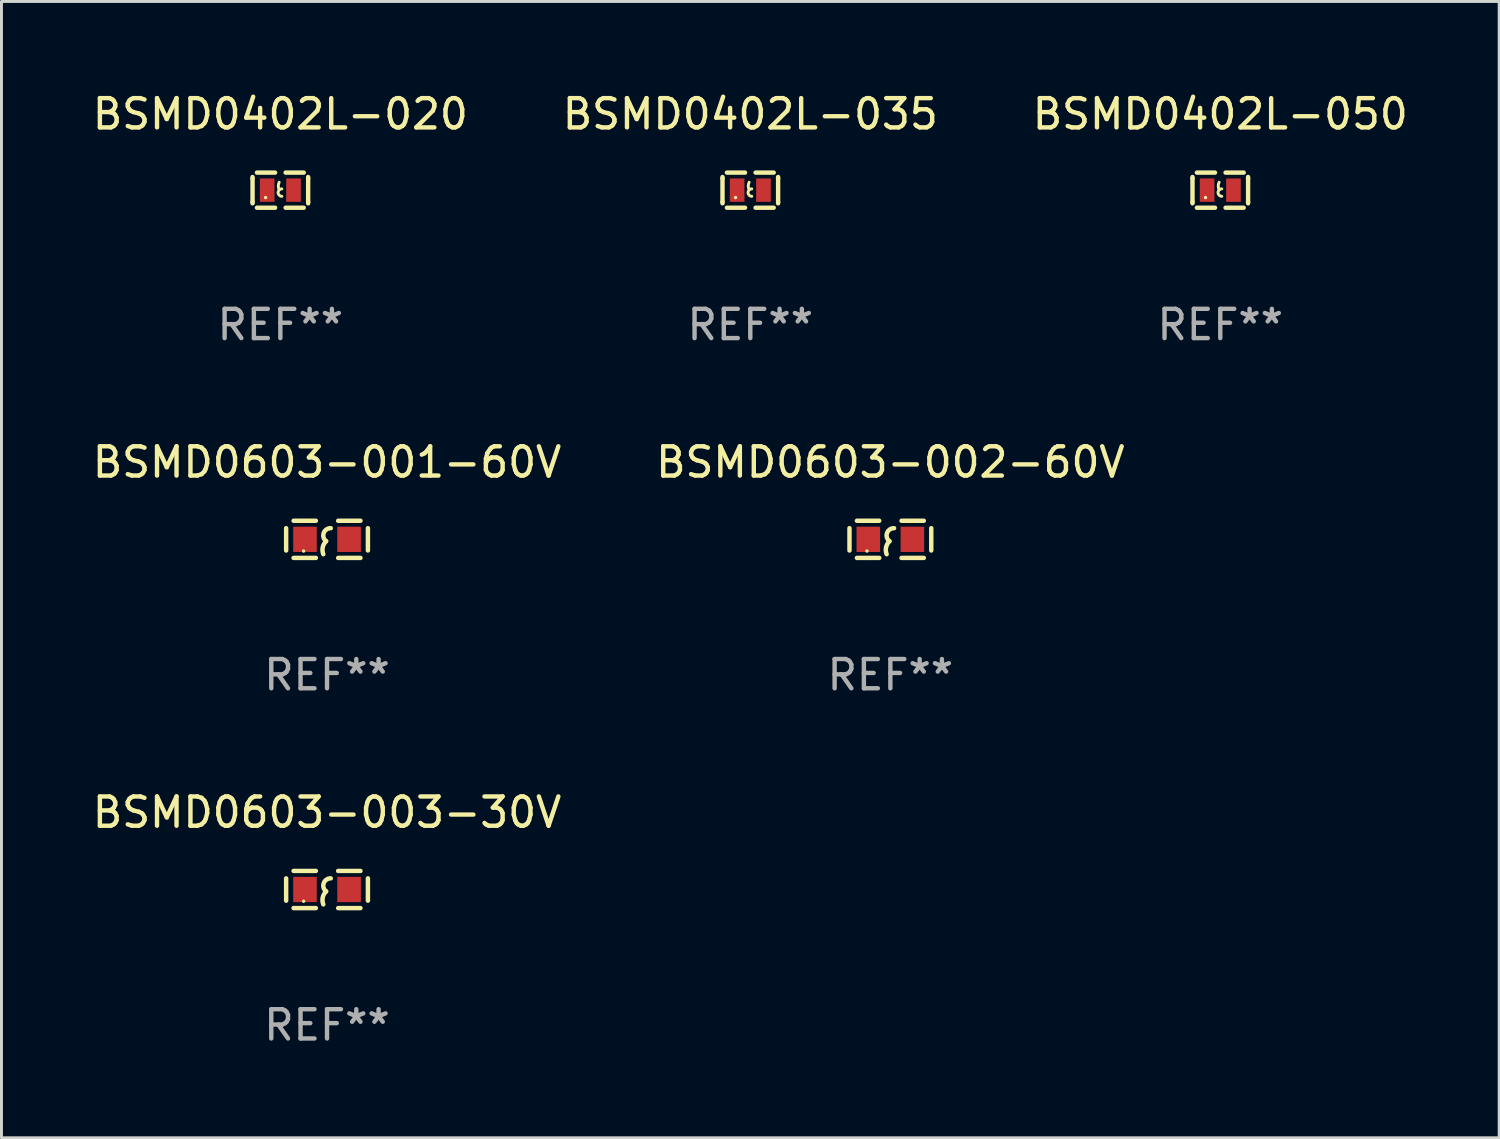
<source format=kicad_pcb>
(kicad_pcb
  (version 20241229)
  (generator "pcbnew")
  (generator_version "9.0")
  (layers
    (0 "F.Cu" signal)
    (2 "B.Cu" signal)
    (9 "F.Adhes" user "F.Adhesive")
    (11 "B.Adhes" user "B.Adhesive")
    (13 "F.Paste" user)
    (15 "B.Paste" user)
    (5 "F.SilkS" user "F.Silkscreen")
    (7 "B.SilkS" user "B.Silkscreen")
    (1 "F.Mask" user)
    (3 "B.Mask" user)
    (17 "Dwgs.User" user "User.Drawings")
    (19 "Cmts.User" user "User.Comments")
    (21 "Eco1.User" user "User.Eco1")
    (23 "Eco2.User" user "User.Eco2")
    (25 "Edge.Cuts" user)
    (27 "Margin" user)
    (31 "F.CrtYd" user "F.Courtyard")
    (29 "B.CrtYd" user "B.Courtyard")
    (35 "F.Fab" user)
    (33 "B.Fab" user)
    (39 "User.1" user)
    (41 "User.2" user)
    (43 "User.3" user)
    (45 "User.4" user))
  (footprint "BSMD0402L-050"
    (layer "F.Cu")
    (at 38.649 3.448)
    (property "Reference" "BSMD0402L-050" (at 0 -2.6 0) (layer "F.SilkS") (effects (font (size 1 1) (thickness 0.15))))
    (attr through_hole)
    (fp_line (start -0.95 -0.45) (end -0.95 -0.4) (stroke (width 0.15) (type solid)) (layer "F.SilkS"))
    (fp_line (start -0.95 -0.4) (end -0.95 0.4) (stroke (width 0.15) (type solid)) (layer "F.SilkS"))
    (fp_line (start -0.95 0.45) (end -0.95 0.4) (stroke (width 0.15) (type solid)) (layer "F.SilkS"))
    (fp_line (start -0.18 -0.6) (end -0.8 -0.6) (stroke (width 0.15) (type solid)) (layer "F.SilkS"))
    (fp_line (start -0.18 0.6) (end -0.8 0.6) (stroke (width 0.15) (type solid)) (layer "F.SilkS"))
    (fp_line (start 0.18 -0.6) (end 0.8 -0.6) (stroke (width 0.15) (type solid)) (layer "F.SilkS"))
    (fp_line (start 0.18 0.6) (end 0.8 0.6) (stroke (width 0.15) (type solid)) (layer "F.SilkS"))
    (fp_line (start 0.95 -0.45) (end 0.95 -0.4) (stroke (width 0.15) (type solid)) (layer "F.SilkS"))
    (fp_line (start 0.95 -0.4) (end 0.95 0.4) (stroke (width 0.15) (type solid)) (layer "F.SilkS"))
    (fp_line (start 0.95 0.45) (end 0.95 0.4) (stroke (width 0.15) (type solid)) (layer "F.SilkS"))
    (fp_arc (start -0.039942 -0.016052) (mid -0.069923 -0.143053) (end -0.039942 -0.270053) (stroke (width 0.1) (type solid)) (layer "F.SilkS"))
    (fp_arc (start 0.050076 0.209957) (mid -0.076924 0.082957) (end 0.050076 -0.044043) (stroke (width 0.1) (type solid)) (layer "F.SilkS"))
    (fp_circle (center -0.505 0.253) (end -0.475 0.253) (stroke (width 0.06) (type solid)) (fill no) (layer "F.SilkS"))
    (fp_text user "REF**" (at 0 4.6 0) (layer "F.Fab") (effects (font (size 1 1) (thickness 0.15))))
    (pad "1" smd rect (at -0.45 -0.000051) (size 0.5 0.8) (layers "F.Cu" "F.Mask" "F.Paste"))
    (pad "2" smd rect (at 0.45 -0.000051) (size 0.5 0.8) (layers "F.Cu" "F.Mask" "F.Paste")))
  (footprint "BSMD0603-001-60V"
    (layer "F.Cu")
    (at 8.125 15.38)
    (property "Reference" "BSMD0603-001-60V" (at 0 -2.635 0) (layer "F.SilkS") (effects (font (size 1 1) (thickness 0.15))))
    (attr through_hole)
    (fp_line (start -1.397 -0.381) (end -1.397 0.381) (stroke (width 0.152) (type solid)) (layer "F.SilkS"))
    (fp_line (start -0.381 -0.635) (end -1.143 -0.635) (stroke (width 0.152) (type solid)) (layer "F.SilkS"))
    (fp_line (start -0.381 0.635) (end -1.143 0.635) (stroke (width 0.152) (type solid)) (layer "F.SilkS"))
    (fp_line (start 0.381 -0.635) (end 1.143 -0.635) (stroke (width 0.152) (type solid)) (layer "F.SilkS"))
    (fp_line (start 0.381 0.635) (end 1.143 0.635) (stroke (width 0.152) (type solid)) (layer "F.SilkS"))
    (fp_line (start 1.397 -0.381) (end 1.397 0.381) (stroke (width 0.152) (type solid)) (layer "F.SilkS"))
    (fp_arc (start -0.127 0.508001) (mid -0.146523 0.271131) (end -0.030861 0.0635) (stroke (width 0.151994) (type solid)) (layer "F.SilkS"))
    (fp_arc (start -0.03175 0.0635) (mid -0.113571 -0.216321) (end 0.127001 -0.381002) (stroke (width 0.151994) (type solid)) (layer "F.SilkS"))
    (fp_circle (center -0.8 0.4) (end -0.77 0.4) (stroke (width 0.06) (type solid)) (fill no) (layer "F.SilkS"))
    (fp_text user "REF**" (at 0 4.635 0) (layer "F.Fab") (effects (font (size 1 1) (thickness 0.15))))
    (pad "1" smd rect (at -0.753 0) (size 0.806 0.864) (layers "F.Cu" "F.Mask" "F.Paste"))
    (pad "2" smd rect (at 0.753 0) (size 0.806 0.864) (layers "F.Cu" "F.Mask" "F.Paste")))
  (footprint "BSMD0402L-035"
    (layer "F.Cu")
    (at 22.589 3.448)
    (property "Reference" "BSMD0402L-035" (at 0 -2.6 0) (layer "F.SilkS") (effects (font (size 1 1) (thickness 0.15))))
    (attr through_hole)
    (fp_line (start -0.95 -0.45) (end -0.95 -0.4) (stroke (width 0.15) (type solid)) (layer "F.SilkS"))
    (fp_line (start -0.95 -0.4) (end -0.95 0.4) (stroke (width 0.15) (type solid)) (layer "F.SilkS"))
    (fp_line (start -0.95 0.45) (end -0.95 0.4) (stroke (width 0.15) (type solid)) (layer "F.SilkS"))
    (fp_line (start -0.18 -0.6) (end -0.8 -0.6) (stroke (width 0.15) (type solid)) (layer "F.SilkS"))
    (fp_line (start -0.18 0.6) (end -0.8 0.6) (stroke (width 0.15) (type solid)) (layer "F.SilkS"))
    (fp_line (start 0.18 -0.6) (end 0.8 -0.6) (stroke (width 0.15) (type solid)) (layer "F.SilkS"))
    (fp_line (start 0.18 0.6) (end 0.8 0.6) (stroke (width 0.15) (type solid)) (layer "F.SilkS"))
    (fp_line (start 0.95 -0.45) (end 0.95 -0.4) (stroke (width 0.15) (type solid)) (layer "F.SilkS"))
    (fp_line (start 0.95 -0.4) (end 0.95 0.4) (stroke (width 0.15) (type solid)) (layer "F.SilkS"))
    (fp_line (start 0.95 0.45) (end 0.95 0.4) (stroke (width 0.15) (type solid)) (layer "F.SilkS"))
    (fp_arc (start -0.039942 -0.016052) (mid -0.069923 -0.143053) (end -0.039942 -0.270053) (stroke (width 0.1) (type solid)) (layer "F.SilkS"))
    (fp_arc (start 0.050076 0.209957) (mid -0.076924 0.082957) (end 0.050076 -0.044043) (stroke (width 0.1) (type solid)) (layer "F.SilkS"))
    (fp_circle (center -0.505 0.253) (end -0.475 0.253) (stroke (width 0.06) (type solid)) (fill no) (layer "F.SilkS"))
    (fp_text user "REF**" (at 0 4.6 0) (layer "F.Fab") (effects (font (size 1 1) (thickness 0.15))))
    (pad "1" smd rect (at -0.45 -0.000051) (size 0.5 0.8) (layers "F.Cu" "F.Mask" "F.Paste"))
    (pad "2" smd rect (at 0.45 -0.000051) (size 0.5 0.8) (layers "F.Cu" "F.Mask" "F.Paste")))
  (footprint "BSMD0402L-020"
    (layer "F.Cu")
    (at 6.53 3.448)
    (property "Reference" "BSMD0402L-020" (at 0 -2.6 0) (layer "F.SilkS") (effects (font (size 1 1) (thickness 0.15))))
    (attr through_hole)
    (fp_line (start -0.95 -0.45) (end -0.95 -0.4) (stroke (width 0.15) (type solid)) (layer "F.SilkS"))
    (fp_line (start -0.95 -0.4) (end -0.95 0.4) (stroke (width 0.15) (type solid)) (layer "F.SilkS"))
    (fp_line (start -0.95 0.45) (end -0.95 0.4) (stroke (width 0.15) (type solid)) (layer "F.SilkS"))
    (fp_line (start -0.18 -0.6) (end -0.8 -0.6) (stroke (width 0.15) (type solid)) (layer "F.SilkS"))
    (fp_line (start -0.18 0.6) (end -0.8 0.6) (stroke (width 0.15) (type solid)) (layer "F.SilkS"))
    (fp_line (start 0.18 -0.6) (end 0.8 -0.6) (stroke (width 0.15) (type solid)) (layer "F.SilkS"))
    (fp_line (start 0.18 0.6) (end 0.8 0.6) (stroke (width 0.15) (type solid)) (layer "F.SilkS"))
    (fp_line (start 0.95 -0.45) (end 0.95 -0.4) (stroke (width 0.15) (type solid)) (layer "F.SilkS"))
    (fp_line (start 0.95 -0.4) (end 0.95 0.4) (stroke (width 0.15) (type solid)) (layer "F.SilkS"))
    (fp_line (start 0.95 0.45) (end 0.95 0.4) (stroke (width 0.15) (type solid)) (layer "F.SilkS"))
    (fp_arc (start -0.039942 -0.016052) (mid -0.069923 -0.143053) (end -0.039942 -0.270053) (stroke (width 0.1) (type solid)) (layer "F.SilkS"))
    (fp_arc (start 0.050076 0.209957) (mid -0.076924 0.082957) (end 0.050076 -0.044043) (stroke (width 0.1) (type solid)) (layer "F.SilkS"))
    (fp_circle (center -0.505 0.253) (end -0.475 0.253) (stroke (width 0.06) (type solid)) (fill no) (layer "F.SilkS"))
    (fp_text user "REF**" (at 0 4.6 0) (layer "F.Fab") (effects (font (size 1 1) (thickness 0.15))))
    (pad "1" smd rect (at -0.45 -0.000051) (size 0.5 0.8) (layers "F.Cu" "F.Mask" "F.Paste"))
    (pad "2" smd rect (at 0.45 -0.000051) (size 0.5 0.8) (layers "F.Cu" "F.Mask" "F.Paste")))
  (footprint "BSMD0603-002-60V"
    (layer "F.Cu")
    (at 27.375 15.38)
    (property "Reference" "BSMD0603-002-60V" (at 0 -2.635 0) (layer "F.SilkS") (effects (font (size 1 1) (thickness 0.15))))
    (attr through_hole)
    (fp_line (start -1.397 -0.381) (end -1.397 0.381) (stroke (width 0.152) (type solid)) (layer "F.SilkS"))
    (fp_line (start -0.381 -0.635) (end -1.143 -0.635) (stroke (width 0.152) (type solid)) (layer "F.SilkS"))
    (fp_line (start -0.381 0.635) (end -1.143 0.635) (stroke (width 0.152) (type solid)) (layer "F.SilkS"))
    (fp_line (start 0.381 -0.635) (end 1.143 -0.635) (stroke (width 0.152) (type solid)) (layer "F.SilkS"))
    (fp_line (start 0.381 0.635) (end 1.143 0.635) (stroke (width 0.152) (type solid)) (layer "F.SilkS"))
    (fp_line (start 1.397 -0.381) (end 1.397 0.381) (stroke (width 0.152) (type solid)) (layer "F.SilkS"))
    (fp_arc (start -0.127 0.508001) (mid -0.146523 0.271131) (end -0.030861 0.0635) (stroke (width 0.151994) (type solid)) (layer "F.SilkS"))
    (fp_arc (start -0.03175 0.0635) (mid -0.113571 -0.216321) (end 0.127001 -0.381002) (stroke (width 0.151994) (type solid)) (layer "F.SilkS"))
    (fp_circle (center -0.8 0.4) (end -0.77 0.4) (stroke (width 0.06) (type solid)) (fill no) (layer "F.SilkS"))
    (fp_text user "REF**" (at 0 4.635 0) (layer "F.Fab") (effects (font (size 1 1) (thickness 0.15))))
    (pad "1" smd rect (at -0.753 0) (size 0.806 0.864) (layers "F.Cu" "F.Mask" "F.Paste"))
    (pad "2" smd rect (at 0.753 0) (size 0.806 0.864) (layers "F.Cu" "F.Mask" "F.Paste")))
  (footprint "BSMD0603-003-30V"
    (layer "F.Cu")
    (at 8.125 27.346)
    (property "Reference" "BSMD0603-003-30V" (at 0 -2.635 0) (layer "F.SilkS") (effects (font (size 1 1) (thickness 0.15))))
    (attr through_hole)
    (fp_line (start -1.397 -0.381) (end -1.397 0.381) (stroke (width 0.152) (type solid)) (layer "F.SilkS"))
    (fp_line (start -0.381 -0.635) (end -1.143 -0.635) (stroke (width 0.152) (type solid)) (layer "F.SilkS"))
    (fp_line (start -0.381 0.635) (end -1.143 0.635) (stroke (width 0.152) (type solid)) (layer "F.SilkS"))
    (fp_line (start 0.381 -0.635) (end 1.143 -0.635) (stroke (width 0.152) (type solid)) (layer "F.SilkS"))
    (fp_line (start 0.381 0.635) (end 1.143 0.635) (stroke (width 0.152) (type solid)) (layer "F.SilkS"))
    (fp_line (start 1.397 -0.381) (end 1.397 0.381) (stroke (width 0.152) (type solid)) (layer "F.SilkS"))
    (fp_arc (start -0.127 0.508001) (mid -0.146523 0.271131) (end -0.030861 0.0635) (stroke (width 0.151994) (type solid)) (layer "F.SilkS"))
    (fp_arc (start -0.03175 0.0635) (mid -0.113571 -0.216321) (end 0.127001 -0.381002) (stroke (width 0.151994) (type solid)) (layer "F.SilkS"))
    (fp_circle (center -0.8 0.4) (end -0.77 0.4) (stroke (width 0.06) (type solid)) (fill no) (layer "F.SilkS"))
    (fp_text user "REF**" (at 0 4.635 0) (layer "F.Fab") (effects (font (size 1 1) (thickness 0.15))))
    (pad "1" smd rect (at -0.753 0) (size 0.806 0.864) (layers "F.Cu" "F.Mask" "F.Paste"))
    (pad "2" smd rect (at 0.753 0) (size 0.806 0.864) (layers "F.Cu" "F.Mask" "F.Paste")))
  (gr_rect
    (start -3 -3)
    (end 48.179 35.83)
    (stroke (width 0.1) (type default))
    (fill no)
    (layer "Edge.Cuts")))
</source>
